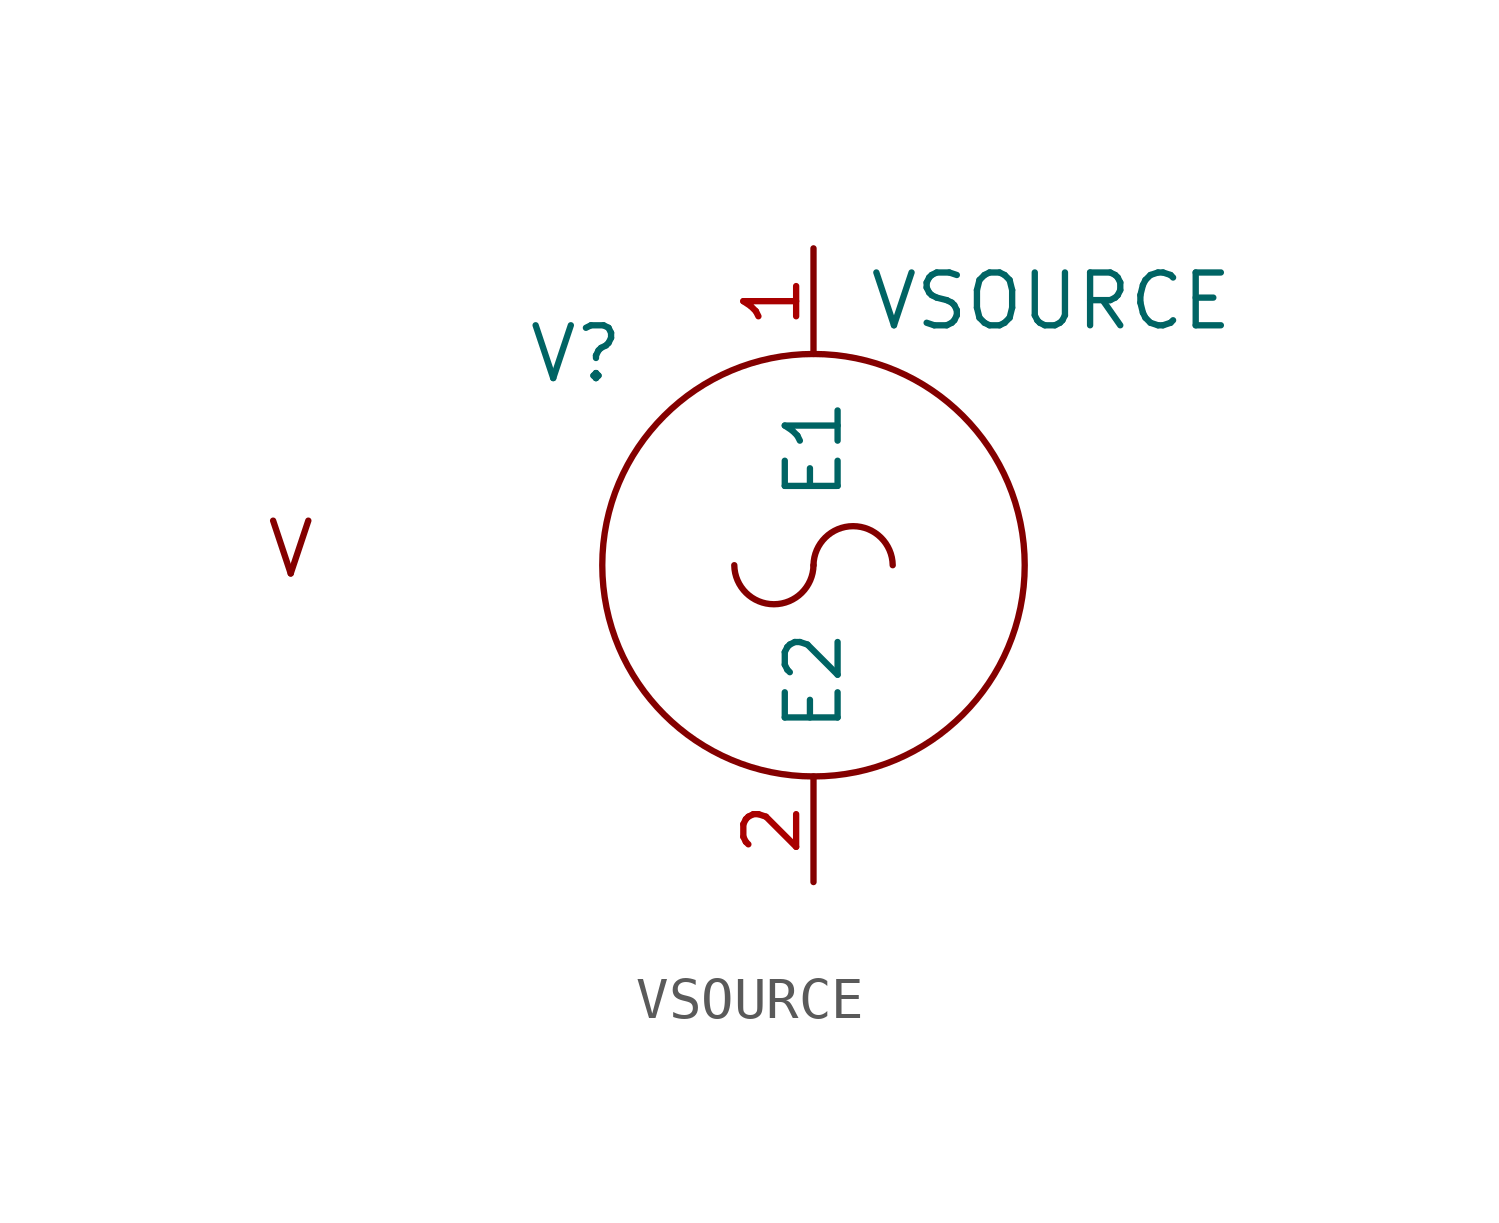
<source format=kicad_sym>
(kicad_symbol_lib
  (version 20211014)
  (generator kicad_symbol_editor)
  (symbol "VSOURCE"
    (pin_names
      (offset 1.016))
    (property "Reference" "V"
      (at -5.715 5.08 0)
      (effects (font (size 1.27 1.27))))
    (property "Value" "VSOURCE"
      (at 5.715 6.35 0)
      (effects (font (size 1.27 1.27))))
    (symbol "VSOURCE_0_1"
      (arc (start -1.905 0) (mid -0.9652 -0.9398) (end 0 0) (stroke (width 0) (type default) (color 0 0 0 0)) (fill (type none)))
      (circle (center 0 0) (radius 5.08) (stroke (width 0) (type default) (color 0 0 0 0)) (fill (type none)))
      (arc (start 1.905 0) (mid 0.9652 0.9398) (end 0 0) (stroke (width 0) (type default) (color 0 0 0 0)) (fill (type none)))
      (text "V" (at -12.573 0.381 0) (effects (font (size 1.27 1.27)))))
    (symbol "VSOURCE_1_1"
      (pin input line (at 0 7.62 270) (length 2.54) (name "E1" (effects (font (size 1.27 1.27)))) (number "1" (effects (font (size 1.27 1.27)))))
      (pin input line (at 0 -7.62 90) (length 2.54) (name "E2" (effects (font (size 1.27 1.27)))) (number "2" (effects (font (size 1.27 1.27))))))))
</source>
